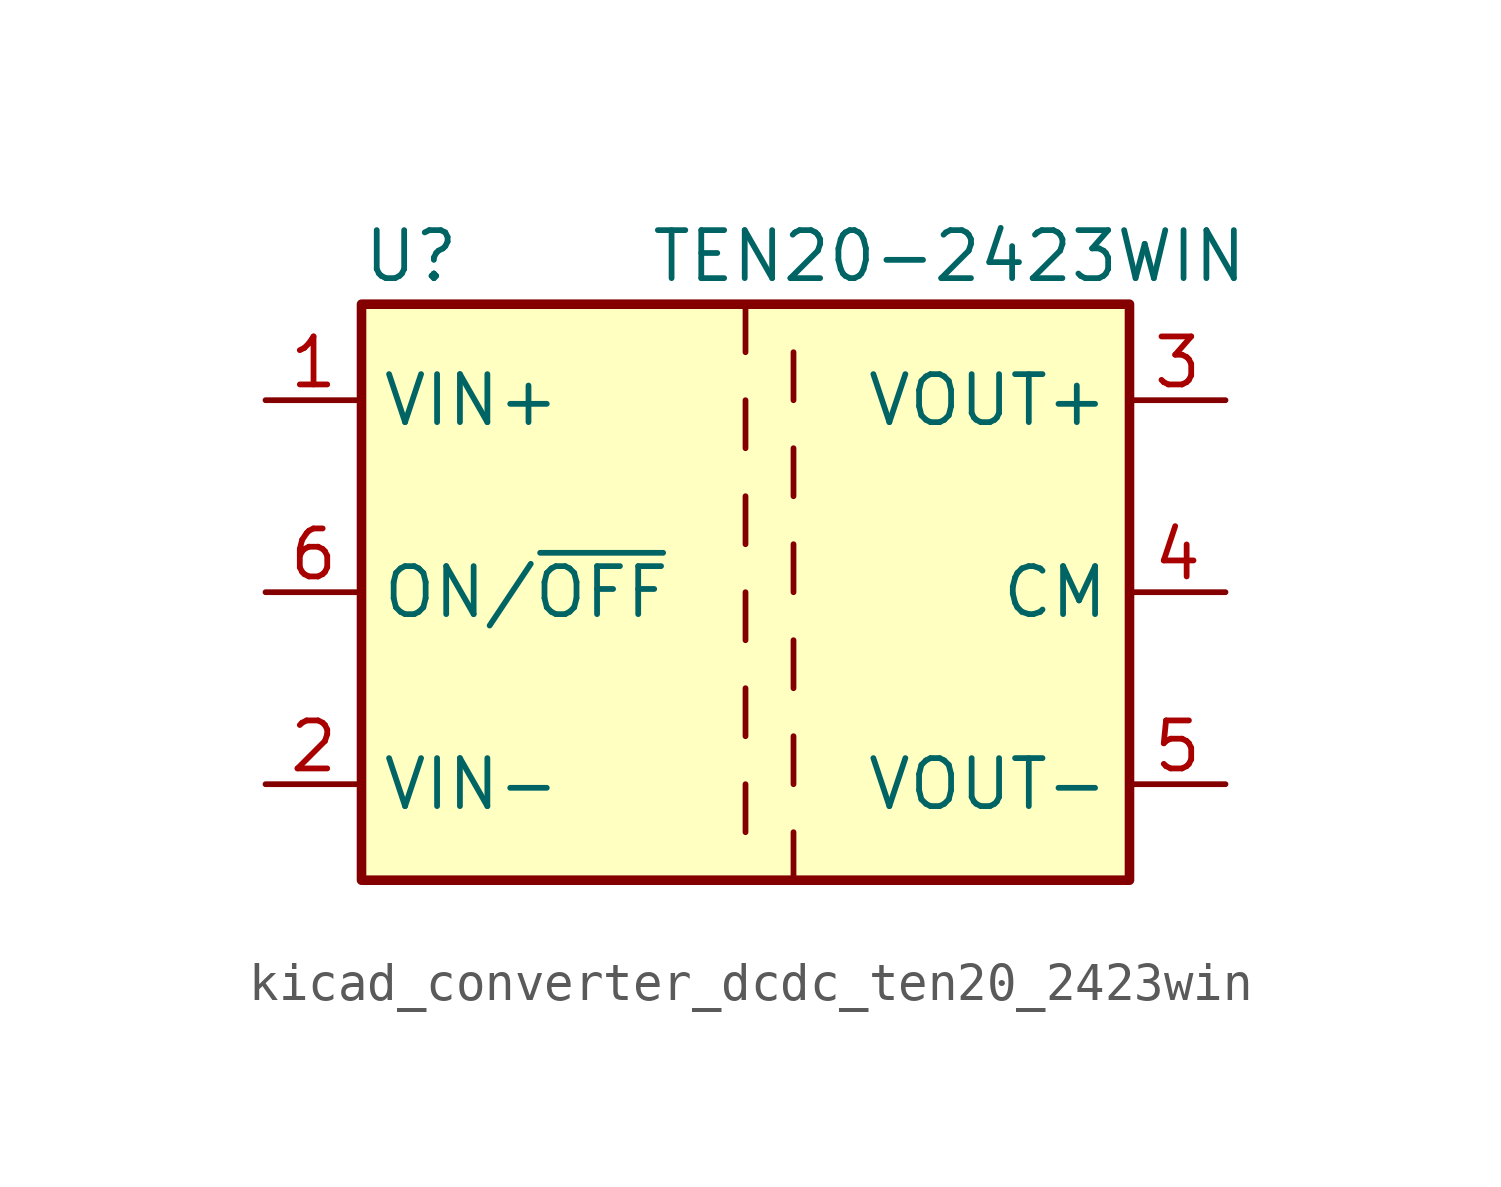
<source format=kicad_sym>
(kicad_symbol_lib
  (version 20220914)
  (generator kicad_symbol_editor)
  (symbol "kicad_converter_dcdc_ten20_2423win"
    (property "Reference" "U"
      (at -10.16 8.89 0)
      (effects (font (size 1.27 1.27)) (justify left)))
    (property "Value" "TEN20-2423WIN"
      (at -2.54 8.89 0)
      (effects (font (size 1.27 1.27)) (justify left)))
    (symbol "kicad_converter_dcdc_ten20_2423win_0_1"
      (rectangle (start -10.16 7.62) (end 10.16 -7.62) (stroke (width 0.254) (type default)) (fill (type background)))
      (polyline (pts (xy 0 -5.08) (xy 0 -6.35)) (stroke (width 0) (type default)) (fill (type none)))
      (polyline (pts (xy 0 -2.54) (xy 0 -3.81)) (stroke (width 0) (type default)) (fill (type none)))
      (polyline (pts (xy 0 0) (xy 0 -1.27)) (stroke (width 0) (type default)) (fill (type none)))
      (polyline (pts (xy 0 2.54) (xy 0 1.27)) (stroke (width 0) (type default)) (fill (type none)))
      (polyline (pts (xy 0 5.08) (xy 0 3.81)) (stroke (width 0) (type default)) (fill (type none)))
      (polyline (pts (xy 0 7.62) (xy 0 6.35)) (stroke (width 0) (type default)) (fill (type none)))
      (polyline (pts (xy 1.27 -7.62) (xy 1.27 -6.35)) (stroke (width 0) (type default)) (fill (type none)))
      (polyline (pts (xy 1.27 -5.08) (xy 1.27 -3.81)) (stroke (width 0) (type default)) (fill (type none)))
      (polyline (pts (xy 1.27 -2.54) (xy 1.27 -1.27)) (stroke (width 0) (type default)) (fill (type none)))
      (polyline (pts (xy 1.27 0) (xy 1.27 1.27)) (stroke (width 0) (type default)) (fill (type none)))
      (polyline (pts (xy 1.27 2.54) (xy 1.27 3.81)) (stroke (width 0) (type default)) (fill (type none)))
      (polyline (pts (xy 1.27 5.08) (xy 1.27 6.35)) (stroke (width 0) (type default)) (fill (type none))))
    (symbol "kicad_converter_dcdc_ten20_2423win_1_1"
      (pin power_in line (at -12.7 5.08 0) (length 2.54) (name "VIN+" (effects (font (size 1.27 1.27)))) (number "1" (effects (font (size 1.27 1.27)))))
      (pin power_in line (at -12.7 -5.08 0) (length 2.54) (name "VIN-" (effects (font (size 1.27 1.27)))) (number "2" (effects (font (size 1.27 1.27)))))
      (pin power_out line (at 12.7 5.08 180) (length 2.54) (name "VOUT+" (effects (font (size 1.27 1.27)))) (number "3" (effects (font (size 1.27 1.27)))))
      (pin power_out line (at 12.7 0 180) (length 2.54) (name "CM" (effects (font (size 1.27 1.27)))) (number "4" (effects (font (size 1.27 1.27)))))
      (pin power_out line (at 12.7 -5.08 180) (length 2.54) (name "VOUT-" (effects (font (size 1.27 1.27)))) (number "5" (effects (font (size 1.27 1.27)))))
      (pin input line (at -12.7 0 0) (length 2.54) (name "ON/~{OFF}" (effects (font (size 1.27 1.27)))) (number "6" (effects (font (size 1.27 1.27))))))))
</source>
